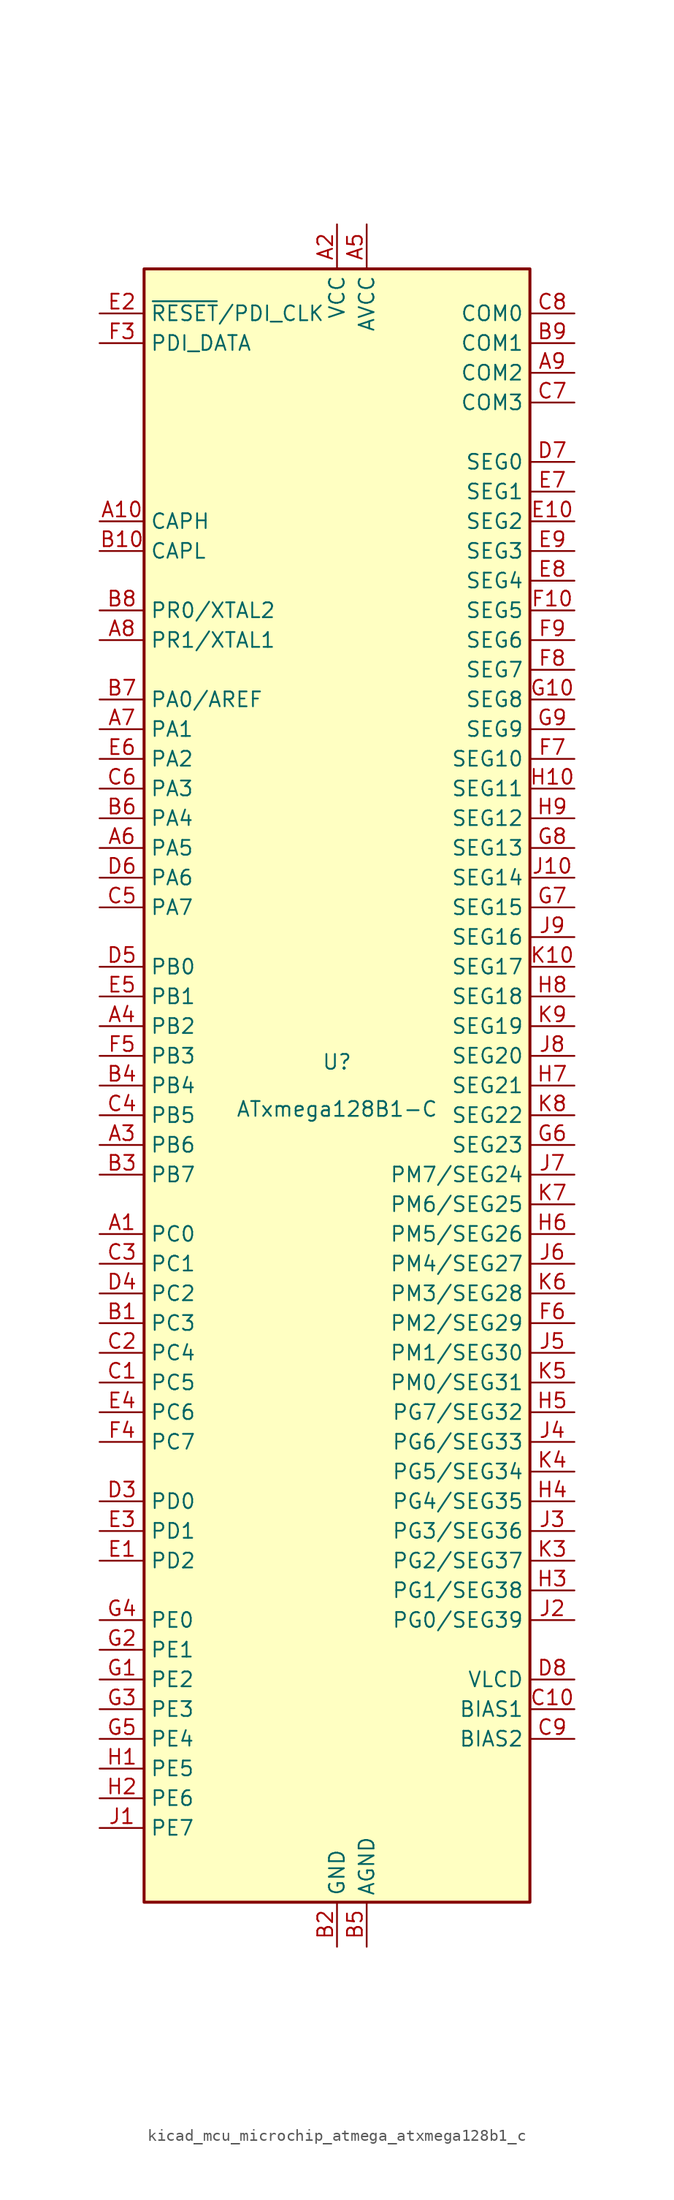
<source format=kicad_sym>
(kicad_symbol_lib
  (version 20220914)
  (generator kicad_symbol_editor)
  (symbol "kicad_mcu_microchip_atmega_atxmega128b1_c"
    (property "Reference" "U"
      (at 0 1.27 0)
      (effects (font (size 1.27 1.27)) (justify bottom)))
    (property "Value" "ATxmega128B1-C"
      (at 0 -1.27 0)
      (effects (font (size 1.27 1.27)) (justify top)))
    (symbol "kicad_mcu_microchip_atmega_atxmega128b1_c_0_1"
      (rectangle (start -16.51 -69.85) (end 16.51 69.85) (stroke (width 0.254) (type default)) (fill (type background))))
    (symbol "kicad_mcu_microchip_atmega_atxmega128b1_c_1_1"
      (pin bidirectional line (at -20.32 -12.7 0) (length 3.81) (name "PC0" (effects (font (size 1.27 1.27)))) (number "A1" (effects (font (size 1.27 1.27)))))
      (pin passive line (at -20.32 48.26 0) (length 3.81) (name "CAPH" (effects (font (size 1.27 1.27)))) (number "A10" (effects (font (size 1.27 1.27)))))
      (pin power_in line (at 0 73.66 270) (length 3.81) (name "VCC" (effects (font (size 1.27 1.27)))) (number "A2" (effects (font (size 1.27 1.27)))))
      (pin bidirectional line (at -20.32 -5.08 0) (length 3.81) (name "PB6" (effects (font (size 1.27 1.27)))) (number "A3" (effects (font (size 1.27 1.27)))))
      (pin bidirectional line (at -20.32 5.08 0) (length 3.81) (name "PB2" (effects (font (size 1.27 1.27)))) (number "A4" (effects (font (size 1.27 1.27)))))
      (pin power_in line (at 2.54 73.66 270) (length 3.81) (name "AVCC" (effects (font (size 1.27 1.27)))) (number "A5" (effects (font (size 1.27 1.27)))))
      (pin bidirectional line (at -20.32 20.32 0) (length 3.81) (name "PA5" (effects (font (size 1.27 1.27)))) (number "A6" (effects (font (size 1.27 1.27)))))
      (pin bidirectional line (at -20.32 30.48 0) (length 3.81) (name "PA1" (effects (font (size 1.27 1.27)))) (number "A7" (effects (font (size 1.27 1.27)))))
      (pin bidirectional line (at -20.32 38.1 0) (length 3.81) (name "PR1/XTAL1" (effects (font (size 1.27 1.27)))) (number "A8" (effects (font (size 1.27 1.27)))))
      (pin output line (at 20.32 60.96 180) (length 3.81) (name "COM2" (effects (font (size 1.27 1.27)))) (number "A9" (effects (font (size 1.27 1.27)))))
      (pin bidirectional line (at -20.32 -20.32 0) (length 3.81) (name "PC3" (effects (font (size 1.27 1.27)))) (number "B1" (effects (font (size 1.27 1.27)))))
      (pin passive line (at -20.32 45.72 0) (length 3.81) (name "CAPL" (effects (font (size 1.27 1.27)))) (number "B10" (effects (font (size 1.27 1.27)))))
      (pin power_in line (at 0 -73.66 90) (length 3.81) (name "GND" (effects (font (size 1.27 1.27)))) (number "B2" (effects (font (size 1.27 1.27)))))
      (pin bidirectional line (at -20.32 -7.62 0) (length 3.81) (name "PB7" (effects (font (size 1.27 1.27)))) (number "B3" (effects (font (size 1.27 1.27)))))
      (pin bidirectional line (at -20.32 0 0) (length 3.81) (name "PB4" (effects (font (size 1.27 1.27)))) (number "B4" (effects (font (size 1.27 1.27)))))
      (pin power_in line (at 2.54 -73.66 90) (length 3.81) (name "AGND" (effects (font (size 1.27 1.27)))) (number "B5" (effects (font (size 1.27 1.27)))))
      (pin bidirectional line (at -20.32 22.86 0) (length 3.81) (name "PA4" (effects (font (size 1.27 1.27)))) (number "B6" (effects (font (size 1.27 1.27)))))
      (pin bidirectional line (at -20.32 33.02 0) (length 3.81) (name "PA0/AREF" (effects (font (size 1.27 1.27)))) (number "B7" (effects (font (size 1.27 1.27)))))
      (pin bidirectional line (at -20.32 40.64 0) (length 3.81) (name "PR0/XTAL2" (effects (font (size 1.27 1.27)))) (number "B8" (effects (font (size 1.27 1.27)))))
      (pin output line (at 20.32 63.5 180) (length 3.81) (name "COM1" (effects (font (size 1.27 1.27)))) (number "B9" (effects (font (size 1.27 1.27)))))
      (pin bidirectional line (at -20.32 -25.4 0) (length 3.81) (name "PC5" (effects (font (size 1.27 1.27)))) (number "C1" (effects (font (size 1.27 1.27)))))
      (pin power_out line (at 20.32 -53.34 180) (length 3.81) (name "BIAS1" (effects (font (size 1.27 1.27)))) (number "C10" (effects (font (size 1.27 1.27)))))
      (pin bidirectional line (at -20.32 -22.86 0) (length 3.81) (name "PC4" (effects (font (size 1.27 1.27)))) (number "C2" (effects (font (size 1.27 1.27)))))
      (pin bidirectional line (at -20.32 -15.24 0) (length 3.81) (name "PC1" (effects (font (size 1.27 1.27)))) (number "C3" (effects (font (size 1.27 1.27)))))
      (pin bidirectional line (at -20.32 -2.54 0) (length 3.81) (name "PB5" (effects (font (size 1.27 1.27)))) (number "C4" (effects (font (size 1.27 1.27)))))
      (pin bidirectional line (at -20.32 15.24 0) (length 3.81) (name "PA7" (effects (font (size 1.27 1.27)))) (number "C5" (effects (font (size 1.27 1.27)))))
      (pin bidirectional line (at -20.32 25.4 0) (length 3.81) (name "PA3" (effects (font (size 1.27 1.27)))) (number "C6" (effects (font (size 1.27 1.27)))))
      (pin output line (at 20.32 58.42 180) (length 3.81) (name "COM3" (effects (font (size 1.27 1.27)))) (number "C7" (effects (font (size 1.27 1.27)))))
      (pin output line (at 20.32 66.04 180) (length 3.81) (name "COM0" (effects (font (size 1.27 1.27)))) (number "C8" (effects (font (size 1.27 1.27)))))
      (pin power_out line (at 20.32 -55.88 180) (length 3.81) (name "BIAS2" (effects (font (size 1.27 1.27)))) (number "C9" (effects (font (size 1.27 1.27)))))
      (pin passive line (at 0 73.66 270) (length 3.81) hide (name "VCC" (effects (font (size 1.27 1.27)))) (number "D1" (effects (font (size 1.27 1.27)))))
      (pin passive line (at 0 73.66 270) (length 3.81) hide (name "VCC" (effects (font (size 1.27 1.27)))) (number "D10" (effects (font (size 1.27 1.27)))))
      (pin passive line (at 0 -73.66 90) (length 3.81) hide (name "GND" (effects (font (size 1.27 1.27)))) (number "D2" (effects (font (size 1.27 1.27)))))
      (pin bidirectional line (at -20.32 -35.56 0) (length 3.81) (name "PD0" (effects (font (size 1.27 1.27)))) (number "D3" (effects (font (size 1.27 1.27)))))
      (pin bidirectional line (at -20.32 -17.78 0) (length 3.81) (name "PC2" (effects (font (size 1.27 1.27)))) (number "D4" (effects (font (size 1.27 1.27)))))
      (pin bidirectional line (at -20.32 10.16 0) (length 3.81) (name "PB0" (effects (font (size 1.27 1.27)))) (number "D5" (effects (font (size 1.27 1.27)))))
      (pin bidirectional line (at -20.32 17.78 0) (length 3.81) (name "PA6" (effects (font (size 1.27 1.27)))) (number "D6" (effects (font (size 1.27 1.27)))))
      (pin output line (at 20.32 53.34 180) (length 3.81) (name "SEG0" (effects (font (size 1.27 1.27)))) (number "D7" (effects (font (size 1.27 1.27)))))
      (pin power_out line (at 20.32 -50.8 180) (length 3.81) (name "VLCD" (effects (font (size 1.27 1.27)))) (number "D8" (effects (font (size 1.27 1.27)))))
      (pin passive line (at 0 -73.66 90) (length 3.81) hide (name "GND" (effects (font (size 1.27 1.27)))) (number "D9" (effects (font (size 1.27 1.27)))))
      (pin bidirectional line (at -20.32 -40.64 0) (length 3.81) (name "PD2" (effects (font (size 1.27 1.27)))) (number "E1" (effects (font (size 1.27 1.27)))))
      (pin output line (at 20.32 48.26 180) (length 3.81) (name "SEG2" (effects (font (size 1.27 1.27)))) (number "E10" (effects (font (size 1.27 1.27)))))
      (pin input line (at -20.32 66.04 0) (length 3.81) (name "~{RESET}/PDI_CLK" (effects (font (size 1.27 1.27)))) (number "E2" (effects (font (size 1.27 1.27)))))
      (pin bidirectional line (at -20.32 -38.1 0) (length 3.81) (name "PD1" (effects (font (size 1.27 1.27)))) (number "E3" (effects (font (size 1.27 1.27)))))
      (pin bidirectional line (at -20.32 -27.94 0) (length 3.81) (name "PC6" (effects (font (size 1.27 1.27)))) (number "E4" (effects (font (size 1.27 1.27)))))
      (pin bidirectional line (at -20.32 7.62 0) (length 3.81) (name "PB1" (effects (font (size 1.27 1.27)))) (number "E5" (effects (font (size 1.27 1.27)))))
      (pin bidirectional line (at -20.32 27.94 0) (length 3.81) (name "PA2" (effects (font (size 1.27 1.27)))) (number "E6" (effects (font (size 1.27 1.27)))))
      (pin output line (at 20.32 50.8 180) (length 3.81) (name "SEG1" (effects (font (size 1.27 1.27)))) (number "E7" (effects (font (size 1.27 1.27)))))
      (pin output line (at 20.32 43.18 180) (length 3.81) (name "SEG4" (effects (font (size 1.27 1.27)))) (number "E8" (effects (font (size 1.27 1.27)))))
      (pin output line (at 20.32 45.72 180) (length 3.81) (name "SEG3" (effects (font (size 1.27 1.27)))) (number "E9" (effects (font (size 1.27 1.27)))))
      (pin passive line (at 0 73.66 270) (length 3.81) hide (name "VCC" (effects (font (size 1.27 1.27)))) (number "F1" (effects (font (size 1.27 1.27)))))
      (pin output line (at 20.32 40.64 180) (length 3.81) (name "SEG5" (effects (font (size 1.27 1.27)))) (number "F10" (effects (font (size 1.27 1.27)))))
      (pin passive line (at 0 -73.66 90) (length 3.81) hide (name "GND" (effects (font (size 1.27 1.27)))) (number "F2" (effects (font (size 1.27 1.27)))))
      (pin bidirectional line (at -20.32 63.5 0) (length 3.81) (name "PDI_DATA" (effects (font (size 1.27 1.27)))) (number "F3" (effects (font (size 1.27 1.27)))))
      (pin bidirectional line (at -20.32 -30.48 0) (length 3.81) (name "PC7" (effects (font (size 1.27 1.27)))) (number "F4" (effects (font (size 1.27 1.27)))))
      (pin bidirectional line (at -20.32 2.54 0) (length 3.81) (name "PB3" (effects (font (size 1.27 1.27)))) (number "F5" (effects (font (size 1.27 1.27)))))
      (pin bidirectional line (at 20.32 -20.32 180) (length 3.81) (name "PM2/SEG29" (effects (font (size 1.27 1.27)))) (number "F6" (effects (font (size 1.27 1.27)))))
      (pin output line (at 20.32 27.94 180) (length 3.81) (name "SEG10" (effects (font (size 1.27 1.27)))) (number "F7" (effects (font (size 1.27 1.27)))))
      (pin output line (at 20.32 35.56 180) (length 3.81) (name "SEG7" (effects (font (size 1.27 1.27)))) (number "F8" (effects (font (size 1.27 1.27)))))
      (pin output line (at 20.32 38.1 180) (length 3.81) (name "SEG6" (effects (font (size 1.27 1.27)))) (number "F9" (effects (font (size 1.27 1.27)))))
      (pin bidirectional line (at -20.32 -50.8 0) (length 3.81) (name "PE2" (effects (font (size 1.27 1.27)))) (number "G1" (effects (font (size 1.27 1.27)))))
      (pin output line (at 20.32 33.02 180) (length 3.81) (name "SEG8" (effects (font (size 1.27 1.27)))) (number "G10" (effects (font (size 1.27 1.27)))))
      (pin bidirectional line (at -20.32 -48.26 0) (length 3.81) (name "PE1" (effects (font (size 1.27 1.27)))) (number "G2" (effects (font (size 1.27 1.27)))))
      (pin bidirectional line (at -20.32 -53.34 0) (length 3.81) (name "PE3" (effects (font (size 1.27 1.27)))) (number "G3" (effects (font (size 1.27 1.27)))))
      (pin bidirectional line (at -20.32 -45.72 0) (length 3.81) (name "PE0" (effects (font (size 1.27 1.27)))) (number "G4" (effects (font (size 1.27 1.27)))))
      (pin bidirectional line (at -20.32 -55.88 0) (length 3.81) (name "PE4" (effects (font (size 1.27 1.27)))) (number "G5" (effects (font (size 1.27 1.27)))))
      (pin output line (at 20.32 -5.08 180) (length 3.81) (name "SEG23" (effects (font (size 1.27 1.27)))) (number "G6" (effects (font (size 1.27 1.27)))))
      (pin output line (at 20.32 15.24 180) (length 3.81) (name "SEG15" (effects (font (size 1.27 1.27)))) (number "G7" (effects (font (size 1.27 1.27)))))
      (pin output line (at 20.32 20.32 180) (length 3.81) (name "SEG13" (effects (font (size 1.27 1.27)))) (number "G8" (effects (font (size 1.27 1.27)))))
      (pin output line (at 20.32 30.48 180) (length 3.81) (name "SEG9" (effects (font (size 1.27 1.27)))) (number "G9" (effects (font (size 1.27 1.27)))))
      (pin bidirectional line (at -20.32 -58.42 0) (length 3.81) (name "PE5" (effects (font (size 1.27 1.27)))) (number "H1" (effects (font (size 1.27 1.27)))))
      (pin output line (at 20.32 25.4 180) (length 3.81) (name "SEG11" (effects (font (size 1.27 1.27)))) (number "H10" (effects (font (size 1.27 1.27)))))
      (pin bidirectional line (at -20.32 -60.96 0) (length 3.81) (name "PE6" (effects (font (size 1.27 1.27)))) (number "H2" (effects (font (size 1.27 1.27)))))
      (pin bidirectional line (at 20.32 -43.18 180) (length 3.81) (name "PG1/SEG38" (effects (font (size 1.27 1.27)))) (number "H3" (effects (font (size 1.27 1.27)))))
      (pin bidirectional line (at 20.32 -35.56 180) (length 3.81) (name "PG4/SEG35" (effects (font (size 1.27 1.27)))) (number "H4" (effects (font (size 1.27 1.27)))))
      (pin bidirectional line (at 20.32 -27.94 180) (length 3.81) (name "PG7/SEG32" (effects (font (size 1.27 1.27)))) (number "H5" (effects (font (size 1.27 1.27)))))
      (pin bidirectional line (at 20.32 -12.7 180) (length 3.81) (name "PM5/SEG26" (effects (font (size 1.27 1.27)))) (number "H6" (effects (font (size 1.27 1.27)))))
      (pin output line (at 20.32 0 180) (length 3.81) (name "SEG21" (effects (font (size 1.27 1.27)))) (number "H7" (effects (font (size 1.27 1.27)))))
      (pin output line (at 20.32 7.62 180) (length 3.81) (name "SEG18" (effects (font (size 1.27 1.27)))) (number "H8" (effects (font (size 1.27 1.27)))))
      (pin output line (at 20.32 22.86 180) (length 3.81) (name "SEG12" (effects (font (size 1.27 1.27)))) (number "H9" (effects (font (size 1.27 1.27)))))
      (pin bidirectional line (at -20.32 -63.5 0) (length 3.81) (name "PE7" (effects (font (size 1.27 1.27)))) (number "J1" (effects (font (size 1.27 1.27)))))
      (pin output line (at 20.32 17.78 180) (length 3.81) (name "SEG14" (effects (font (size 1.27 1.27)))) (number "J10" (effects (font (size 1.27 1.27)))))
      (pin bidirectional line (at 20.32 -45.72 180) (length 3.81) (name "PG0/SEG39" (effects (font (size 1.27 1.27)))) (number "J2" (effects (font (size 1.27 1.27)))))
      (pin bidirectional line (at 20.32 -38.1 180) (length 3.81) (name "PG3/SEG36" (effects (font (size 1.27 1.27)))) (number "J3" (effects (font (size 1.27 1.27)))))
      (pin bidirectional line (at 20.32 -30.48 180) (length 3.81) (name "PG6/SEG33" (effects (font (size 1.27 1.27)))) (number "J4" (effects (font (size 1.27 1.27)))))
      (pin bidirectional line (at 20.32 -22.86 180) (length 3.81) (name "PM1/SEG30" (effects (font (size 1.27 1.27)))) (number "J5" (effects (font (size 1.27 1.27)))))
      (pin bidirectional line (at 20.32 -15.24 180) (length 3.81) (name "PM4/SEG27" (effects (font (size 1.27 1.27)))) (number "J6" (effects (font (size 1.27 1.27)))))
      (pin bidirectional line (at 20.32 -7.62 180) (length 3.81) (name "PM7/SEG24" (effects (font (size 1.27 1.27)))) (number "J7" (effects (font (size 1.27 1.27)))))
      (pin output line (at 20.32 2.54 180) (length 3.81) (name "SEG20" (effects (font (size 1.27 1.27)))) (number "J8" (effects (font (size 1.27 1.27)))))
      (pin output line (at 20.32 12.7 180) (length 3.81) (name "SEG16" (effects (font (size 1.27 1.27)))) (number "J9" (effects (font (size 1.27 1.27)))))
      (pin passive line (at 0 -73.66 90) (length 3.81) hide (name "GND" (effects (font (size 1.27 1.27)))) (number "K1" (effects (font (size 1.27 1.27)))))
      (pin output line (at 20.32 10.16 180) (length 3.81) (name "SEG17" (effects (font (size 1.27 1.27)))) (number "K10" (effects (font (size 1.27 1.27)))))
      (pin passive line (at 0 73.66 270) (length 3.81) hide (name "VCC" (effects (font (size 1.27 1.27)))) (number "K2" (effects (font (size 1.27 1.27)))))
      (pin bidirectional line (at 20.32 -40.64 180) (length 3.81) (name "PG2/SEG37" (effects (font (size 1.27 1.27)))) (number "K3" (effects (font (size 1.27 1.27)))))
      (pin bidirectional line (at 20.32 -33.02 180) (length 3.81) (name "PG5/SEG34" (effects (font (size 1.27 1.27)))) (number "K4" (effects (font (size 1.27 1.27)))))
      (pin bidirectional line (at 20.32 -25.4 180) (length 3.81) (name "PM0/SEG31" (effects (font (size 1.27 1.27)))) (number "K5" (effects (font (size 1.27 1.27)))))
      (pin bidirectional line (at 20.32 -17.78 180) (length 3.81) (name "PM3/SEG28" (effects (font (size 1.27 1.27)))) (number "K6" (effects (font (size 1.27 1.27)))))
      (pin bidirectional line (at 20.32 -10.16 180) (length 3.81) (name "PM6/SEG25" (effects (font (size 1.27 1.27)))) (number "K7" (effects (font (size 1.27 1.27)))))
      (pin output line (at 20.32 -2.54 180) (length 3.81) (name "SEG22" (effects (font (size 1.27 1.27)))) (number "K8" (effects (font (size 1.27 1.27)))))
      (pin output line (at 20.32 5.08 180) (length 3.81) (name "SEG19" (effects (font (size 1.27 1.27)))) (number "K9" (effects (font (size 1.27 1.27))))))))
</source>
